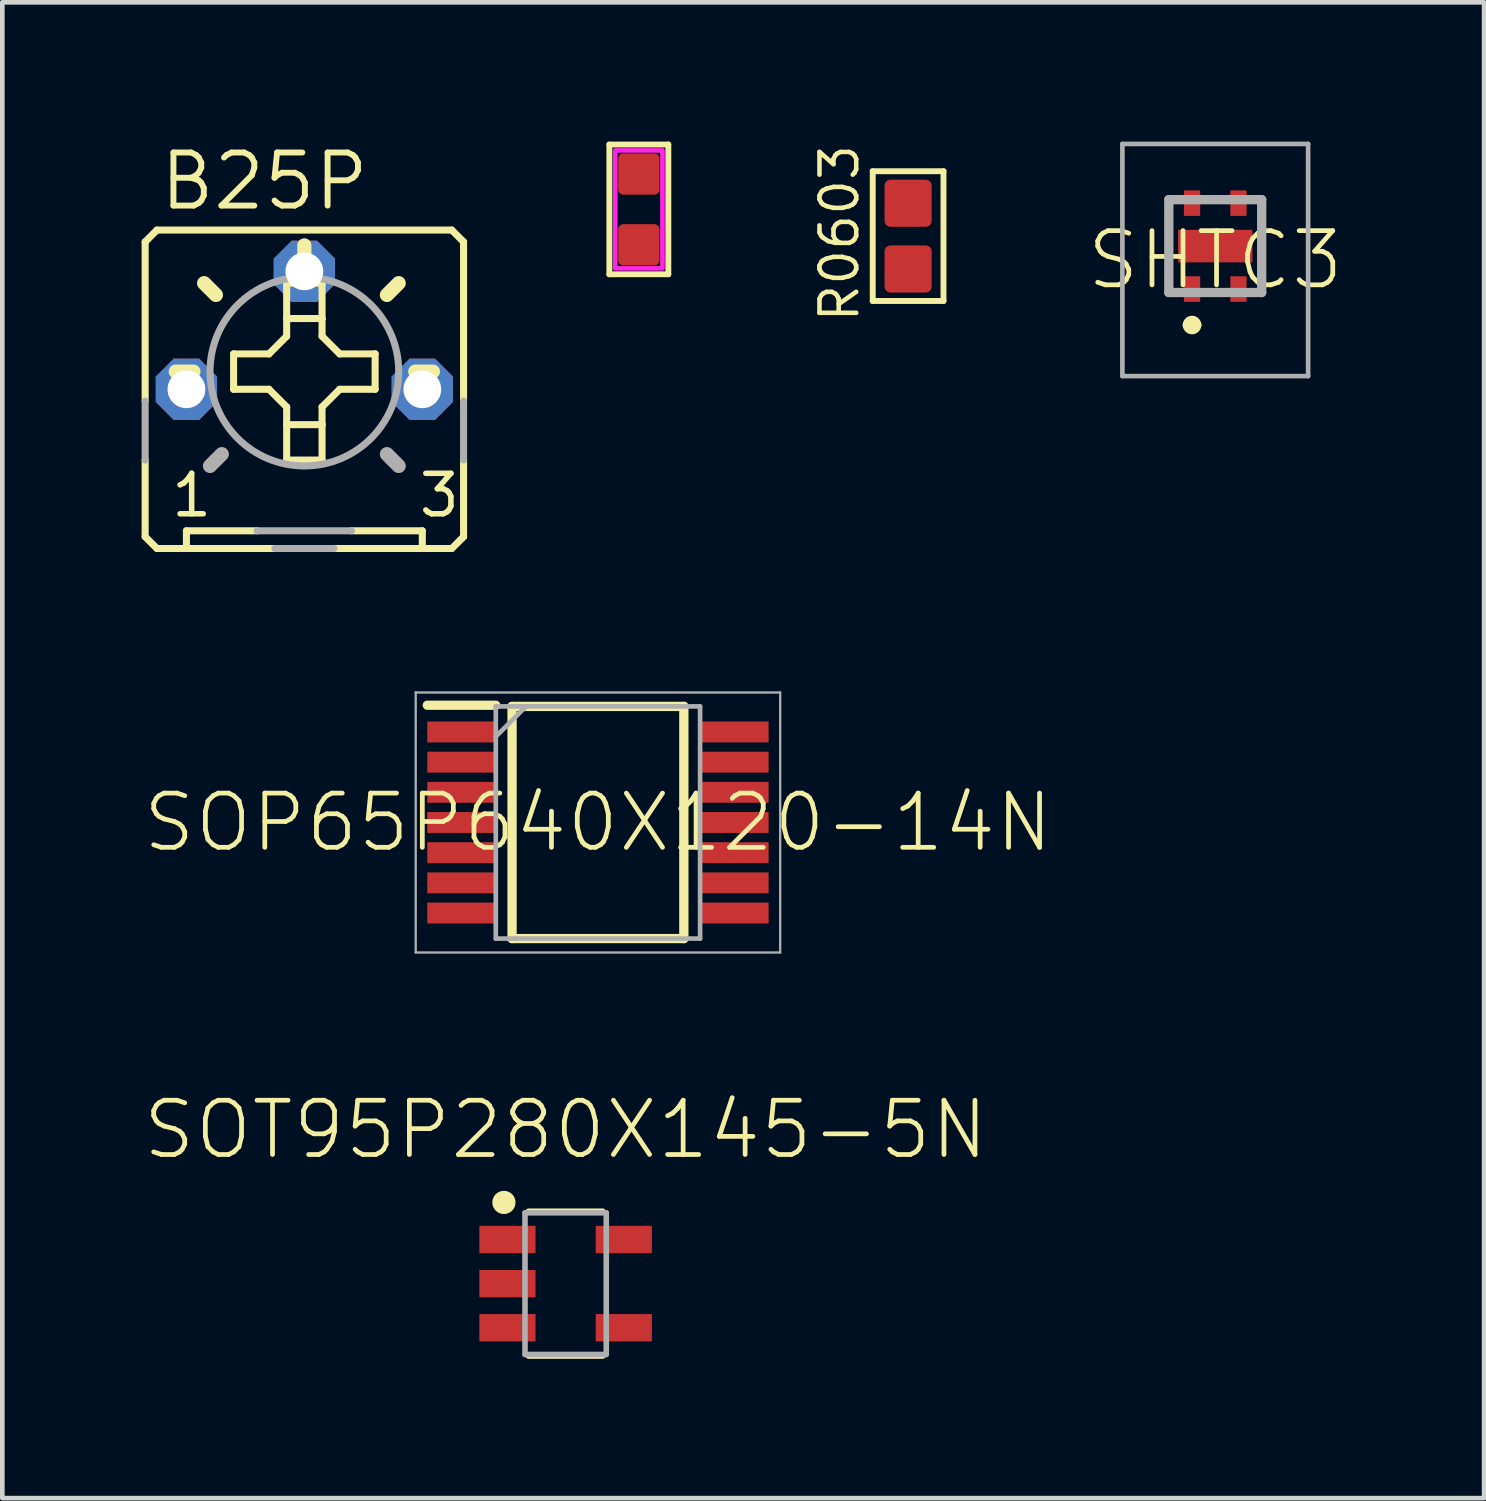
<source format=kicad_pcb>
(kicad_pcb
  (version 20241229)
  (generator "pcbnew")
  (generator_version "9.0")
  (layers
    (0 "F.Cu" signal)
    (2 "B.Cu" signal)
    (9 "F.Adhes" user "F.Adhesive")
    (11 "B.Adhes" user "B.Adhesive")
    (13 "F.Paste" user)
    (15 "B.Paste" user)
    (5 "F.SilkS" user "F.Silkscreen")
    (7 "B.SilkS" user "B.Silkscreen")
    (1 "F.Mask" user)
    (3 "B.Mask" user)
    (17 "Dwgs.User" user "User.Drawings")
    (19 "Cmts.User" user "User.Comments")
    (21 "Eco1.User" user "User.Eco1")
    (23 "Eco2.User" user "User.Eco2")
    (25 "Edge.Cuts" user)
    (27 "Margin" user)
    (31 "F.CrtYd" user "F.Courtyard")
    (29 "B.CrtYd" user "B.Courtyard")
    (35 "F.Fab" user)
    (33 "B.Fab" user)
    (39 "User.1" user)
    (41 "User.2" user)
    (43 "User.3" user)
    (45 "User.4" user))
  (footprint "B25P"
    (layer "F.Cu")
    (at 3.505 5.334)
    (property "Reference" "B25P" (at -3.175 -3.81 0) (layer "F.SilkS") (effects (font (size 1.143 1.143) (thickness 0.127)) (justify left bottom)))
    (fp_line (start -3.429 -3.175) (end -3.429 0.254) (stroke (width 0.152) (type solid)) (layer "F.SilkS"))
    (fp_line (start -3.429 1.524) (end -3.429 3.175) (stroke (width 0.152) (type solid)) (layer "F.SilkS"))
    (fp_line (start -3.175 -3.429) (end -3.429 -3.175) (stroke (width 0.152) (type solid)) (layer "F.SilkS"))
    (fp_line (start -3.175 3.429) (end -3.429 3.175) (stroke (width 0.152) (type solid)) (layer "F.SilkS"))
    (fp_line (start -3.175 3.429) (end -2.54 3.429) (stroke (width 0.152) (type solid)) (layer "F.SilkS"))
    (fp_line (start -2.54 3.048) (end -2.54 3.429) (stroke (width 0.152) (type solid)) (layer "F.SilkS"))
    (fp_line (start -2.54 3.048) (end -1.016 3.048) (stroke (width 0.152) (type solid)) (layer "F.SilkS"))
    (fp_line (start -2.54 3.429) (end -0.635 3.429) (stroke (width 0.152) (type solid)) (layer "F.SilkS"))
    (fp_line (start -2.388 -0.381) (end -2.769 -0.381) (stroke (width 0.305) (type solid)) (layer "F.SilkS"))
    (fp_line (start -1.905 -2.032) (end -2.159 -2.286) (stroke (width 0.305) (type solid)) (layer "F.SilkS"))
    (fp_line (start -1.524 -0.762) (end -1.524 0) (stroke (width 0.152) (type solid)) (layer "F.SilkS"))
    (fp_line (start -1.524 0) (end -0.762 0) (stroke (width 0.152) (type solid)) (layer "F.SilkS"))
    (fp_line (start -0.762 -0.762) (end -1.524 -0.762) (stroke (width 0.152) (type solid)) (layer "F.SilkS"))
    (fp_line (start -0.381 -2.286) (end -0.381 -1.524) (stroke (width 0.152) (type solid)) (layer "F.SilkS"))
    (fp_line (start -0.381 -1.524) (end -0.381 -1.143) (stroke (width 0.152) (type solid)) (layer "F.SilkS"))
    (fp_line (start -0.381 -1.143) (end -0.762 -0.762) (stroke (width 0.152) (type solid)) (layer "F.SilkS"))
    (fp_line (start -0.381 0.381) (end -0.762 0) (stroke (width 0.152) (type solid)) (layer "F.SilkS"))
    (fp_line (start -0.381 0.381) (end -0.381 0.762) (stroke (width 0.152) (type solid)) (layer "F.SilkS"))
    (fp_line (start -0.381 0.762) (end -0.381 1.524) (stroke (width 0.152) (type solid)) (layer "F.SilkS"))
    (fp_line (start -0.381 1.524) (end 0.381 1.524) (stroke (width 0.152) (type solid)) (layer "F.SilkS"))
    (fp_line (start 0 -2.718) (end 0 -3.099) (stroke (width 0.305) (type solid)) (layer "F.SilkS"))
    (fp_line (start 0.381 -2.286) (end -0.381 -2.286) (stroke (width 0.152) (type solid)) (layer "F.SilkS"))
    (fp_line (start 0.381 -1.524) (end -0.381 -1.524) (stroke (width 0.152) (type solid)) (layer "F.SilkS"))
    (fp_line (start 0.381 -1.524) (end 0.381 -2.286) (stroke (width 0.152) (type solid)) (layer "F.SilkS"))
    (fp_line (start 0.381 -1.143) (end 0.381 -1.524) (stroke (width 0.152) (type solid)) (layer "F.SilkS"))
    (fp_line (start 0.381 0.381) (end 0.762 0) (stroke (width 0.152) (type solid)) (layer "F.SilkS"))
    (fp_line (start 0.381 0.762) (end -0.381 0.762) (stroke (width 0.152) (type solid)) (layer "F.SilkS"))
    (fp_line (start 0.381 0.762) (end 0.381 0.381) (stroke (width 0.152) (type solid)) (layer "F.SilkS"))
    (fp_line (start 0.381 1.524) (end 0.381 0.762) (stroke (width 0.152) (type solid)) (layer "F.SilkS"))
    (fp_line (start 0.635 3.429) (end 2.54 3.429) (stroke (width 0.152) (type solid)) (layer "F.SilkS"))
    (fp_line (start 0.762 -0.762) (end 0.381 -1.143) (stroke (width 0.152) (type solid)) (layer "F.SilkS"))
    (fp_line (start 0.762 0) (end 1.524 0) (stroke (width 0.152) (type solid)) (layer "F.SilkS"))
    (fp_line (start 1.016 3.048) (end 2.54 3.048) (stroke (width 0.152) (type solid)) (layer "F.SilkS"))
    (fp_line (start 1.524 -0.762) (end 0.762 -0.762) (stroke (width 0.152) (type solid)) (layer "F.SilkS"))
    (fp_line (start 1.524 0) (end 1.524 -0.762) (stroke (width 0.152) (type solid)) (layer "F.SilkS"))
    (fp_line (start 1.778 -2.032) (end 2.032 -2.286) (stroke (width 0.305) (type solid)) (layer "F.SilkS"))
    (fp_line (start 2.388 -0.381) (end 2.769 -0.381) (stroke (width 0.305) (type solid)) (layer "F.SilkS"))
    (fp_line (start 2.54 3.429) (end 2.54 3.048) (stroke (width 0.152) (type solid)) (layer "F.SilkS"))
    (fp_line (start 2.54 3.429) (end 3.175 3.429) (stroke (width 0.152) (type solid)) (layer "F.SilkS"))
    (fp_line (start 3.175 -3.429) (end -3.175 -3.429) (stroke (width 0.152) (type solid)) (layer "F.SilkS"))
    (fp_line (start 3.175 -3.429) (end 3.429 -3.175) (stroke (width 0.152) (type solid)) (layer "F.SilkS"))
    (fp_line (start 3.175 3.429) (end 3.429 3.175) (stroke (width 0.152) (type solid)) (layer "F.SilkS"))
    (fp_line (start 3.429 0.254) (end 3.429 -3.175) (stroke (width 0.152) (type solid)) (layer "F.SilkS"))
    (fp_line (start 3.429 3.175) (end 3.429 1.524) (stroke (width 0.152) (type solid)) (layer "F.SilkS"))
    (fp_line (start -3.429 0.254) (end -3.429 1.524) (stroke (width 0.152) (type solid)) (layer "F.Fab"))
    (fp_line (start -1.778 1.397) (end -2.032 1.651) (stroke (width 0.305) (type solid)) (layer "F.Fab"))
    (fp_line (start -1.016 3.048) (end 1.016 3.048) (stroke (width 0.152) (type solid)) (layer "F.Fab"))
    (fp_line (start -0.635 3.429) (end 0.635 3.429) (stroke (width 0.152) (type solid)) (layer "F.Fab"))
    (fp_line (start 1.778 1.397) (end 2.032 1.651) (stroke (width 0.305) (type solid)) (layer "F.Fab"))
    (fp_line (start 3.429 1.524) (end 3.429 0.254) (stroke (width 0.152) (type solid)) (layer "F.Fab"))
    (fp_circle (center 0 -0.381) (end 2.032 -0.381) (stroke (width 0.152) (type solid)) (fill no) (layer "F.Fab"))
    (fp_text user "3" (at 2.413 2.794 0) (layer "F.SilkS") (effects (font (size 0.872 0.872) (thickness 0.119)) (justify left bottom)))
    (fp_text user "1" (at -2.921 2.794 0) (layer "F.SilkS") (effects (font (size 0.872 0.872) (thickness 0.119)) (justify left bottom)))
    (pad "A" thru_hole roundrect (at -2.54 0) (size 1.321 1.321) (drill 0.813) (layers "*.Cu" "*.Mask") (roundrect_rratio 0.25) (chamfer_ratio 0.293) (chamfer top_left top_right bottom_left bottom_right))
    (pad "E" thru_hole roundrect (at 2.54 0) (size 1.321 1.321) (drill 0.813) (layers "*.Cu" "*.Mask") (roundrect_rratio 0.25) (chamfer_ratio 0.293) (chamfer top_left top_right bottom_left bottom_right))
    (pad "S" thru_hole roundrect (at 0 -2.54) (size 1.321 1.321) (drill 0.813) (layers "*.Cu" "*.Mask") (roundrect_rratio 0.25) (chamfer_ratio 0.293) (chamfer top_left top_right bottom_left bottom_right)))
  (footprint "SOT95P280X145-5N"
    (layer "F.Cu")
    (at 9.132 24.596)
    (property "Reference" "SOT95P280X145-5N" (at 0 -2.634 0) (layer "F.SilkS") (effects (font (size 1.168 1.168) (thickness 0.102)) (justify bottom)))
    (fp_line (start -0.8 -1.559) (end 0.8 -1.559) (stroke (width 0.12) (type solid)) (layer "F.SilkS"))
    (fp_line (start -0.8 1.559) (end 0.8 1.559) (stroke (width 0.12) (type solid)) (layer "F.SilkS"))
    (fp_circle (center -1.329 -1.749) (end -1.204 -1.749) (stroke (width 0.25) (type solid)) (fill yes) (layer "F.SilkS"))
    (fp_line (start -0.875 -1.525) (end 0.875 -1.525) (stroke (width 0.12) (type solid)) (layer "F.Fab"))
    (fp_line (start -0.875 1.525) (end -0.875 -1.525) (stroke (width 0.12) (type solid)) (layer "F.Fab"))
    (fp_line (start 0.875 -1.525) (end 0.875 1.525) (stroke (width 0.12) (type solid)) (layer "F.Fab"))
    (fp_line (start 0.875 1.525) (end -0.875 1.525) (stroke (width 0.12) (type solid)) (layer "F.Fab"))
    (pad "1" smd rect (at -1.253 -0.95) (size 1.209 0.589) (layers "F.Cu" "F.Mask" "F.Paste"))
    (pad "2" smd rect (at -1.253 0) (size 1.209 0.589) (layers "F.Cu" "F.Mask" "F.Paste"))
    (pad "3" smd rect (at -1.253 0.95) (size 1.209 0.589) (layers "F.Cu" "F.Mask" "F.Paste"))
    (pad "4" smd rect (at 1.253 0.95) (size 1.209 0.589) (layers "F.Cu" "F.Mask" "F.Paste"))
    (pad "5" smd rect (at 1.253 -0.95) (size 1.209 0.589) (layers "F.Cu" "F.Mask" "F.Paste")))
  (footprint "SHTC3"
    (layer "F.Cu")
    (at 23.123 2.65)
    (property "Reference" "SHTC3" (at 0 -0.1 0) (layer "F.SilkS") (effects (font (size 1.168 1.168) (thickness 0.102))))
    (fp_line (start -1 -1.4) (end -1 0.6) (stroke (width 0.1) (type solid)) (layer "F.SilkS"))
    (fp_line (start -0.6 1.3) (end -0.6 1.3) (stroke (width 0.2) (type solid)) (layer "F.SilkS"))
    (fp_line (start -0.4 1.3) (end -0.4 1.3) (stroke (width 0.2) (type solid)) (layer "F.SilkS"))
    (fp_line (start 1 0.6) (end 1 -1.4) (stroke (width 0.1) (type solid)) (layer "F.SilkS"))
    (fp_arc (start -0.6 1.3) (mid -0.5 1.2) (end -0.4 1.3) (stroke (width 0.2) (type solid)) (layer "F.SilkS"))
    (fp_arc (start -0.4 1.3) (mid -0.5 1.4) (end -0.6 1.3) (stroke (width 0.2) (type solid)) (layer "F.SilkS"))
    (fp_line (start -2 -2.6) (end 2 -2.6) (stroke (width 0.1) (type solid)) (layer "F.Fab"))
    (fp_line (start -2 2.4) (end -2 -2.6) (stroke (width 0.1) (type solid)) (layer "F.Fab"))
    (fp_line (start -1 -1.4) (end 1 -1.4) (stroke (width 0.2) (type solid)) (layer "F.Fab"))
    (fp_line (start -1 0.6) (end -1 -1.4) (stroke (width 0.2) (type solid)) (layer "F.Fab"))
    (fp_line (start 1 -1.4) (end 1 0.6) (stroke (width 0.2) (type solid)) (layer "F.Fab"))
    (fp_line (start 1 0.6) (end -1 0.6) (stroke (width 0.2) (type solid)) (layer "F.Fab"))
    (fp_line (start 2 -2.6) (end 2 2.4) (stroke (width 0.1) (type solid)) (layer "F.Fab"))
    (fp_line (start 2 2.4) (end -2 2.4) (stroke (width 0.1) (type solid)) (layer "F.Fab"))
    (pad "1" smd rect (at -0.5 0.525 90) (size 0.55 0.35) (layers "F.Cu" "F.Mask" "F.Paste"))
    (pad "2" smd rect (at 0.5 0.525 90) (size 0.55 0.35) (layers "F.Cu" "F.Mask" "F.Paste"))
    (pad "3" smd rect (at 0.5 -1.325 90) (size 0.55 0.35) (layers "F.Cu" "F.Mask" "F.Paste"))
    (pad "4" smd rect (at -0.5 -1.325 90) (size 0.55 0.35) (layers "F.Cu" "F.Mask" "F.Paste"))
    (pad "5" smd rect (at 0 -0.4) (size 1.6 0.7) (layers "F.Cu" "F.Mask" "F.Paste")))
  (footprint "R0603"
    (layer "F.Cu")
    (at 16.508 2.035)
    (property "Reference" "R0603" (at -1.016 1.905 90) (layer "F.SilkS") (effects (font (size 0.791 0.791) (thickness 0.098)) (justify left bottom)))
    (fp_line (start -0.762 -1.397) (end 0.762 -1.397) (stroke (width 0.127) (type solid)) (layer "F.SilkS"))
    (fp_line (start -0.762 1.397) (end -0.762 -1.397) (stroke (width 0.127) (type solid)) (layer "F.SilkS"))
    (fp_line (start 0.762 -1.397) (end 0.762 1.397) (stroke (width 0.127) (type solid)) (layer "F.SilkS"))
    (fp_line (start 0.762 1.397) (end -0.762 1.397) (stroke (width 0.127) (type solid)) (layer "F.SilkS"))
    (pad "1" smd roundrect (at 0 -0.708 270) (size 1.016 1.016) (layers "F.Cu" "F.Mask" "F.Paste") (roundrect_rratio 0.125))
    (pad "2" smd roundrect (at 0 0.708 270) (size 1.016 1.016) (layers "F.Cu" "F.Mask" "F.Paste") (roundrect_rratio 0.125)))
  (footprint "SOP65P640X120-14N"
    (layer "F.Cu")
    (at 9.828 14.664)
    (property "Reference" "SOP65P640X120-14N" (at 0 0 0) (layer "F.SilkS") (effects (font (size 1.168 1.168) (thickness 0.102))))
    (fp_line (start -3.675 -2.525) (end -2.2 -2.525) (stroke (width 0.2) (type solid)) (layer "F.SilkS"))
    (fp_line (start -1.85 -2.5) (end 1.85 -2.5) (stroke (width 0.2) (type solid)) (layer "F.SilkS"))
    (fp_line (start -1.85 2.5) (end -1.85 -2.5) (stroke (width 0.2) (type solid)) (layer "F.SilkS"))
    (fp_line (start 1.85 -2.5) (end 1.85 2.5) (stroke (width 0.2) (type solid)) (layer "F.SilkS"))
    (fp_line (start 1.85 2.5) (end -1.85 2.5) (stroke (width 0.2) (type solid)) (layer "F.SilkS"))
    (fp_line (start -3.925 -2.8) (end 3.925 -2.8) (stroke (width 0.05) (type solid)) (layer "F.Fab"))
    (fp_line (start -3.925 2.8) (end -3.925 -2.8) (stroke (width 0.05) (type solid)) (layer "F.Fab"))
    (fp_line (start -2.2 -2.5) (end 2.2 -2.5) (stroke (width 0.1) (type solid)) (layer "F.Fab"))
    (fp_line (start -2.2 -1.85) (end -1.55 -2.5) (stroke (width 0.1) (type solid)) (layer "F.Fab"))
    (fp_line (start -2.2 2.5) (end -2.2 -2.5) (stroke (width 0.1) (type solid)) (layer "F.Fab"))
    (fp_line (start 2.2 -2.5) (end 2.2 2.5) (stroke (width 0.1) (type solid)) (layer "F.Fab"))
    (fp_line (start 2.2 2.5) (end -2.2 2.5) (stroke (width 0.1) (type solid)) (layer "F.Fab"))
    (fp_line (start 3.925 -2.8) (end 3.925 2.8) (stroke (width 0.05) (type solid)) (layer "F.Fab"))
    (fp_line (start 3.925 2.8) (end -3.925 2.8) (stroke (width 0.05) (type solid)) (layer "F.Fab"))
    (pad "1" smd rect (at -2.938 -1.95) (size 1.475 0.45) (layers "F.Cu" "F.Mask" "F.Paste"))
    (pad "2" smd rect (at -2.938 -1.3) (size 1.475 0.45) (layers "F.Cu" "F.Mask" "F.Paste"))
    (pad "3" smd rect (at -2.938 -0.65) (size 1.475 0.45) (layers "F.Cu" "F.Mask" "F.Paste"))
    (pad "4" smd rect (at -2.938 0) (size 1.475 0.45) (layers "F.Cu" "F.Mask" "F.Paste"))
    (pad "5" smd rect (at -2.938 0.65) (size 1.475 0.45) (layers "F.Cu" "F.Mask" "F.Paste"))
    (pad "6" smd rect (at -2.938 1.3) (size 1.475 0.45) (layers "F.Cu" "F.Mask" "F.Paste"))
    (pad "7" smd rect (at -2.938 1.95) (size 1.475 0.45) (layers "F.Cu" "F.Mask" "F.Paste"))
    (pad "8" smd rect (at 2.938 1.95) (size 1.475 0.45) (layers "F.Cu" "F.Mask" "F.Paste"))
    (pad "9" smd rect (at 2.938 1.3) (size 1.475 0.45) (layers "F.Cu" "F.Mask" "F.Paste"))
    (pad "10" smd rect (at 2.938 0.65) (size 1.475 0.45) (layers "F.Cu" "F.Mask" "F.Paste"))
    (pad "11" smd rect (at 2.938 0) (size 1.475 0.45) (layers "F.Cu" "F.Mask" "F.Paste"))
    (pad "12" smd rect (at 2.938 -0.65) (size 1.475 0.45) (layers "F.Cu" "F.Mask" "F.Paste"))
    (pad "13" smd rect (at 2.938 -1.3) (size 1.475 0.45) (layers "F.Cu" "F.Mask" "F.Paste"))
    (pad "14" smd rect (at 2.938 -1.95) (size 1.475 0.45) (layers "F.Cu" "F.Mask" "F.Paste")))
  (footprint "C0603"
    (layer "F.Cu")
    (at 10.709 1.46)
    (property "Reference" "C0603" (at -0.254 -1.27 90) (layer "F.Mask") (effects (font (size 0.572 0.572) (thickness 0.064)) (justify right top)))
    (fp_line (start -0.635 -1.397) (end 0.635 -1.397) (stroke (width 0.127) (type solid)) (layer "F.SilkS"))
    (fp_line (start -0.635 1.397) (end -0.635 -1.397) (stroke (width 0.127) (type solid)) (layer "F.SilkS"))
    (fp_line (start 0.635 -1.397) (end 0.635 1.397) (stroke (width 0.127) (type solid)) (layer "F.SilkS"))
    (fp_line (start 0.635 1.397) (end -0.635 1.397) (stroke (width 0.127) (type solid)) (layer "F.SilkS"))
    (fp_poly (pts (xy -0.508 -1.27) (xy -0.508 1.27) (xy 0.508 1.27) (xy 0.508 -1.27)) (stroke (width 0.1) (type solid)) (fill no) (layer "F.CrtYd"))
    (pad "1" smd roundrect (at 0 -0.762 270) (size 0.889 0.889) (layers "F.Cu" "F.Mask" "F.Paste") (roundrect_rratio 0.125))
    (pad "2" smd roundrect (at 0 0.762 270) (size 0.889 0.889) (layers "F.Cu" "F.Mask" "F.Paste") (roundrect_rratio 0.125)))
  (gr_rect
    (start -3 -3)
    (end 28.913 29.215)
    (stroke (width 0.1) (type default))
    (fill no)
    (layer "Edge.Cuts")))
</source>
